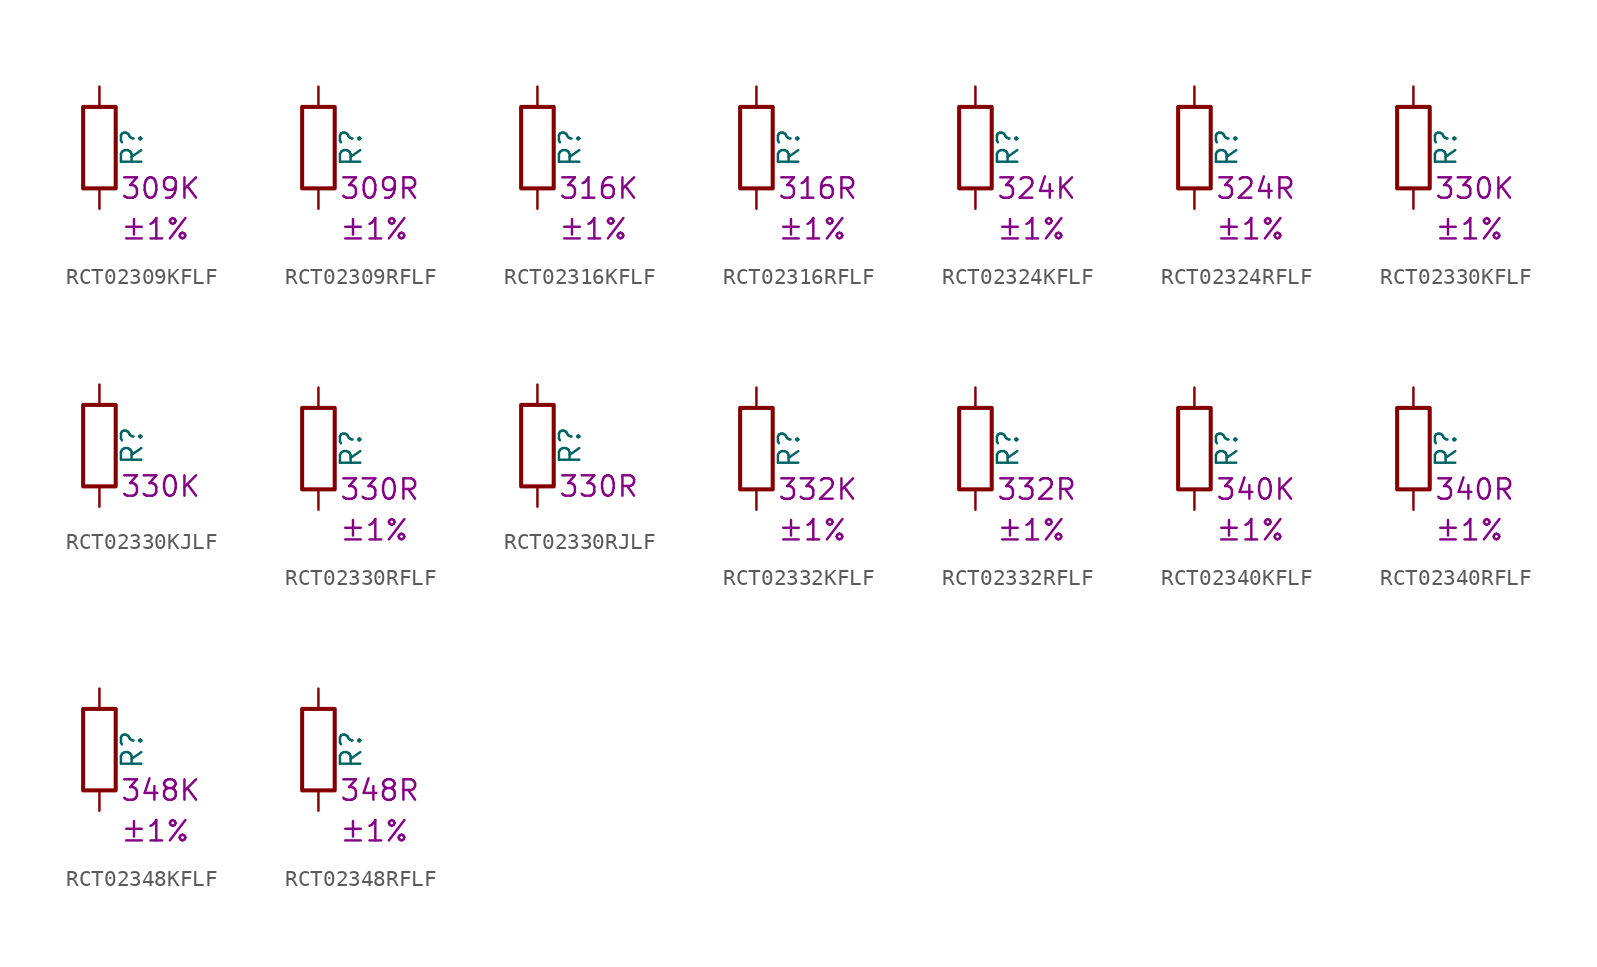
<source format=kicad_sym>
(kicad_symbol_lib
  (version 20220914)
  (generator kicad_symbol_editor)
  (symbol "RCT02309KFLF"
    (pin_numbers hide)
    (pin_names
      (offset 0))
    (property "Reference" "R"
      (at 2.032 0 90)
      (effects (font (size 1.27 1.27))))
    (property "Resistance" "309K"
      (at 1.27 -2.54 0)
      (effects (font (size 1.27 1.27)) (justify left)))
    (property "Tolerance" "±1%"
      (at 1.27 -5.08 0)
      (effects (font (size 1.27 1.27)) (justify left)))
    (symbol "RCT02309KFLF_0_1"
      (rectangle (start -1.016 -2.54) (end 1.016 2.54) (stroke (width 0.254) (type default)) (fill (type none))))
    (symbol "RCT02309KFLF_1_1"
      (pin passive line (at 0 3.81 270) (length 1.27) (name "~" (effects (font (size 1.27 1.27)))) (number "1" (effects (font (size 1.27 1.27)))))
      (pin passive line (at 0 -3.81 90) (length 1.27) (name "~" (effects (font (size 1.27 1.27)))) (number "2" (effects (font (size 1.27 1.27)))))))
  (symbol "RCT02309RFLF"
    (pin_numbers hide)
    (pin_names
      (offset 0))
    (property "Reference" "R"
      (at 2.032 0 90)
      (effects (font (size 1.27 1.27))))
    (property "Resistance" "309R"
      (at 1.27 -2.54 0)
      (effects (font (size 1.27 1.27)) (justify left)))
    (property "Tolerance" "±1%"
      (at 1.27 -5.08 0)
      (effects (font (size 1.27 1.27)) (justify left)))
    (symbol "RCT02309RFLF_0_1"
      (rectangle (start -1.016 -2.54) (end 1.016 2.54) (stroke (width 0.254) (type default)) (fill (type none))))
    (symbol "RCT02309RFLF_1_1"
      (pin passive line (at 0 3.81 270) (length 1.27) (name "~" (effects (font (size 1.27 1.27)))) (number "1" (effects (font (size 1.27 1.27)))))
      (pin passive line (at 0 -3.81 90) (length 1.27) (name "~" (effects (font (size 1.27 1.27)))) (number "2" (effects (font (size 1.27 1.27)))))))
  (symbol "RCT02316KFLF"
    (pin_numbers hide)
    (pin_names
      (offset 0))
    (property "Reference" "R"
      (at 2.032 0 90)
      (effects (font (size 1.27 1.27))))
    (property "Resistance" "316K"
      (at 1.27 -2.54 0)
      (effects (font (size 1.27 1.27)) (justify left)))
    (property "Tolerance" "±1%"
      (at 1.27 -5.08 0)
      (effects (font (size 1.27 1.27)) (justify left)))
    (symbol "RCT02316KFLF_0_1"
      (rectangle (start -1.016 -2.54) (end 1.016 2.54) (stroke (width 0.254) (type default)) (fill (type none))))
    (symbol "RCT02316KFLF_1_1"
      (pin passive line (at 0 3.81 270) (length 1.27) (name "~" (effects (font (size 1.27 1.27)))) (number "1" (effects (font (size 1.27 1.27)))))
      (pin passive line (at 0 -3.81 90) (length 1.27) (name "~" (effects (font (size 1.27 1.27)))) (number "2" (effects (font (size 1.27 1.27)))))))
  (symbol "RCT02316RFLF"
    (pin_numbers hide)
    (pin_names
      (offset 0))
    (property "Reference" "R"
      (at 2.032 0 90)
      (effects (font (size 1.27 1.27))))
    (property "Resistance" "316R"
      (at 1.27 -2.54 0)
      (effects (font (size 1.27 1.27)) (justify left)))
    (property "Tolerance" "±1%"
      (at 1.27 -5.08 0)
      (effects (font (size 1.27 1.27)) (justify left)))
    (symbol "RCT02316RFLF_0_1"
      (rectangle (start -1.016 -2.54) (end 1.016 2.54) (stroke (width 0.254) (type default)) (fill (type none))))
    (symbol "RCT02316RFLF_1_1"
      (pin passive line (at 0 3.81 270) (length 1.27) (name "~" (effects (font (size 1.27 1.27)))) (number "1" (effects (font (size 1.27 1.27)))))
      (pin passive line (at 0 -3.81 90) (length 1.27) (name "~" (effects (font (size 1.27 1.27)))) (number "2" (effects (font (size 1.27 1.27)))))))
  (symbol "RCT02324KFLF"
    (pin_numbers hide)
    (pin_names
      (offset 0))
    (property "Reference" "R"
      (at 2.032 0 90)
      (effects (font (size 1.27 1.27))))
    (property "Resistance" "324K"
      (at 1.27 -2.54 0)
      (effects (font (size 1.27 1.27)) (justify left)))
    (property "Tolerance" "±1%"
      (at 1.27 -5.08 0)
      (effects (font (size 1.27 1.27)) (justify left)))
    (symbol "RCT02324KFLF_0_1"
      (rectangle (start -1.016 -2.54) (end 1.016 2.54) (stroke (width 0.254) (type default)) (fill (type none))))
    (symbol "RCT02324KFLF_1_1"
      (pin passive line (at 0 3.81 270) (length 1.27) (name "~" (effects (font (size 1.27 1.27)))) (number "1" (effects (font (size 1.27 1.27)))))
      (pin passive line (at 0 -3.81 90) (length 1.27) (name "~" (effects (font (size 1.27 1.27)))) (number "2" (effects (font (size 1.27 1.27)))))))
  (symbol "RCT02324RFLF"
    (pin_numbers hide)
    (pin_names
      (offset 0))
    (property "Reference" "R"
      (at 2.032 0 90)
      (effects (font (size 1.27 1.27))))
    (property "Resistance" "324R"
      (at 1.27 -2.54 0)
      (effects (font (size 1.27 1.27)) (justify left)))
    (property "Tolerance" "±1%"
      (at 1.27 -5.08 0)
      (effects (font (size 1.27 1.27)) (justify left)))
    (symbol "RCT02324RFLF_0_1"
      (rectangle (start -1.016 -2.54) (end 1.016 2.54) (stroke (width 0.254) (type default)) (fill (type none))))
    (symbol "RCT02324RFLF_1_1"
      (pin passive line (at 0 3.81 270) (length 1.27) (name "~" (effects (font (size 1.27 1.27)))) (number "1" (effects (font (size 1.27 1.27)))))
      (pin passive line (at 0 -3.81 90) (length 1.27) (name "~" (effects (font (size 1.27 1.27)))) (number "2" (effects (font (size 1.27 1.27)))))))
  (symbol "RCT02330KFLF"
    (pin_numbers hide)
    (pin_names
      (offset 0))
    (property "Reference" "R"
      (at 2.032 0 90)
      (effects (font (size 1.27 1.27))))
    (property "Resistance" "330K"
      (at 1.27 -2.54 0)
      (effects (font (size 1.27 1.27)) (justify left)))
    (property "Tolerance" "±1%"
      (at 1.27 -5.08 0)
      (effects (font (size 1.27 1.27)) (justify left)))
    (symbol "RCT02330KFLF_0_1"
      (rectangle (start -1.016 -2.54) (end 1.016 2.54) (stroke (width 0.254) (type default)) (fill (type none))))
    (symbol "RCT02330KFLF_1_1"
      (pin passive line (at 0 3.81 270) (length 1.27) (name "~" (effects (font (size 1.27 1.27)))) (number "1" (effects (font (size 1.27 1.27)))))
      (pin passive line (at 0 -3.81 90) (length 1.27) (name "~" (effects (font (size 1.27 1.27)))) (number "2" (effects (font (size 1.27 1.27)))))))
  (symbol "RCT02330KJLF"
    (pin_numbers hide)
    (pin_names
      (offset 0))
    (property "Reference" "R"
      (at 2.032 0 90)
      (effects (font (size 1.27 1.27))))
    (property "Resistance" "330K"
      (at 1.27 -2.54 0)
      (effects (font (size 1.27 1.27)) (justify left)))
    (symbol "RCT02330KJLF_0_1"
      (rectangle (start -1.016 -2.54) (end 1.016 2.54) (stroke (width 0.254) (type default)) (fill (type none))))
    (symbol "RCT02330KJLF_1_1"
      (pin passive line (at 0 3.81 270) (length 1.27) (name "~" (effects (font (size 1.27 1.27)))) (number "1" (effects (font (size 1.27 1.27)))))
      (pin passive line (at 0 -3.81 90) (length 1.27) (name "~" (effects (font (size 1.27 1.27)))) (number "2" (effects (font (size 1.27 1.27)))))))
  (symbol "RCT02330RFLF"
    (pin_numbers hide)
    (pin_names
      (offset 0))
    (property "Reference" "R"
      (at 2.032 0 90)
      (effects (font (size 1.27 1.27))))
    (property "Resistance" "330R"
      (at 1.27 -2.54 0)
      (effects (font (size 1.27 1.27)) (justify left)))
    (property "Tolerance" "±1%"
      (at 1.27 -5.08 0)
      (effects (font (size 1.27 1.27)) (justify left)))
    (symbol "RCT02330RFLF_0_1"
      (rectangle (start -1.016 -2.54) (end 1.016 2.54) (stroke (width 0.254) (type default)) (fill (type none))))
    (symbol "RCT02330RFLF_1_1"
      (pin passive line (at 0 3.81 270) (length 1.27) (name "~" (effects (font (size 1.27 1.27)))) (number "1" (effects (font (size 1.27 1.27)))))
      (pin passive line (at 0 -3.81 90) (length 1.27) (name "~" (effects (font (size 1.27 1.27)))) (number "2" (effects (font (size 1.27 1.27)))))))
  (symbol "RCT02330RJLF"
    (pin_numbers hide)
    (pin_names
      (offset 0))
    (property "Reference" "R"
      (at 2.032 0 90)
      (effects (font (size 1.27 1.27))))
    (property "Resistance" "330R"
      (at 1.27 -2.54 0)
      (effects (font (size 1.27 1.27)) (justify left)))
    (symbol "RCT02330RJLF_0_1"
      (rectangle (start -1.016 -2.54) (end 1.016 2.54) (stroke (width 0.254) (type default)) (fill (type none))))
    (symbol "RCT02330RJLF_1_1"
      (pin passive line (at 0 3.81 270) (length 1.27) (name "~" (effects (font (size 1.27 1.27)))) (number "1" (effects (font (size 1.27 1.27)))))
      (pin passive line (at 0 -3.81 90) (length 1.27) (name "~" (effects (font (size 1.27 1.27)))) (number "2" (effects (font (size 1.27 1.27)))))))
  (symbol "RCT02332KFLF"
    (pin_numbers hide)
    (pin_names
      (offset 0))
    (property "Reference" "R"
      (at 2.032 0 90)
      (effects (font (size 1.27 1.27))))
    (property "Resistance" "332K"
      (at 1.27 -2.54 0)
      (effects (font (size 1.27 1.27)) (justify left)))
    (property "Tolerance" "±1%"
      (at 1.27 -5.08 0)
      (effects (font (size 1.27 1.27)) (justify left)))
    (symbol "RCT02332KFLF_0_1"
      (rectangle (start -1.016 -2.54) (end 1.016 2.54) (stroke (width 0.254) (type default)) (fill (type none))))
    (symbol "RCT02332KFLF_1_1"
      (pin passive line (at 0 3.81 270) (length 1.27) (name "~" (effects (font (size 1.27 1.27)))) (number "1" (effects (font (size 1.27 1.27)))))
      (pin passive line (at 0 -3.81 90) (length 1.27) (name "~" (effects (font (size 1.27 1.27)))) (number "2" (effects (font (size 1.27 1.27)))))))
  (symbol "RCT02332RFLF"
    (pin_numbers hide)
    (pin_names
      (offset 0))
    (property "Reference" "R"
      (at 2.032 0 90)
      (effects (font (size 1.27 1.27))))
    (property "Resistance" "332R"
      (at 1.27 -2.54 0)
      (effects (font (size 1.27 1.27)) (justify left)))
    (property "Tolerance" "±1%"
      (at 1.27 -5.08 0)
      (effects (font (size 1.27 1.27)) (justify left)))
    (symbol "RCT02332RFLF_0_1"
      (rectangle (start -1.016 -2.54) (end 1.016 2.54) (stroke (width 0.254) (type default)) (fill (type none))))
    (symbol "RCT02332RFLF_1_1"
      (pin passive line (at 0 3.81 270) (length 1.27) (name "~" (effects (font (size 1.27 1.27)))) (number "1" (effects (font (size 1.27 1.27)))))
      (pin passive line (at 0 -3.81 90) (length 1.27) (name "~" (effects (font (size 1.27 1.27)))) (number "2" (effects (font (size 1.27 1.27)))))))
  (symbol "RCT02340KFLF"
    (pin_numbers hide)
    (pin_names
      (offset 0))
    (property "Reference" "R"
      (at 2.032 0 90)
      (effects (font (size 1.27 1.27))))
    (property "Resistance" "340K"
      (at 1.27 -2.54 0)
      (effects (font (size 1.27 1.27)) (justify left)))
    (property "Tolerance" "±1%"
      (at 1.27 -5.08 0)
      (effects (font (size 1.27 1.27)) (justify left)))
    (symbol "RCT02340KFLF_0_1"
      (rectangle (start -1.016 -2.54) (end 1.016 2.54) (stroke (width 0.254) (type default)) (fill (type none))))
    (symbol "RCT02340KFLF_1_1"
      (pin passive line (at 0 3.81 270) (length 1.27) (name "~" (effects (font (size 1.27 1.27)))) (number "1" (effects (font (size 1.27 1.27)))))
      (pin passive line (at 0 -3.81 90) (length 1.27) (name "~" (effects (font (size 1.27 1.27)))) (number "2" (effects (font (size 1.27 1.27)))))))
  (symbol "RCT02340RFLF"
    (pin_numbers hide)
    (pin_names
      (offset 0))
    (property "Reference" "R"
      (at 2.032 0 90)
      (effects (font (size 1.27 1.27))))
    (property "Resistance" "340R"
      (at 1.27 -2.54 0)
      (effects (font (size 1.27 1.27)) (justify left)))
    (property "Tolerance" "±1%"
      (at 1.27 -5.08 0)
      (effects (font (size 1.27 1.27)) (justify left)))
    (symbol "RCT02340RFLF_0_1"
      (rectangle (start -1.016 -2.54) (end 1.016 2.54) (stroke (width 0.254) (type default)) (fill (type none))))
    (symbol "RCT02340RFLF_1_1"
      (pin passive line (at 0 3.81 270) (length 1.27) (name "~" (effects (font (size 1.27 1.27)))) (number "1" (effects (font (size 1.27 1.27)))))
      (pin passive line (at 0 -3.81 90) (length 1.27) (name "~" (effects (font (size 1.27 1.27)))) (number "2" (effects (font (size 1.27 1.27)))))))
  (symbol "RCT02348KFLF"
    (pin_numbers hide)
    (pin_names
      (offset 0))
    (property "Reference" "R"
      (at 2.032 0 90)
      (effects (font (size 1.27 1.27))))
    (property "Resistance" "348K"
      (at 1.27 -2.54 0)
      (effects (font (size 1.27 1.27)) (justify left)))
    (property "Tolerance" "±1%"
      (at 1.27 -5.08 0)
      (effects (font (size 1.27 1.27)) (justify left)))
    (symbol "RCT02348KFLF_0_1"
      (rectangle (start -1.016 -2.54) (end 1.016 2.54) (stroke (width 0.254) (type default)) (fill (type none))))
    (symbol "RCT02348KFLF_1_1"
      (pin passive line (at 0 3.81 270) (length 1.27) (name "~" (effects (font (size 1.27 1.27)))) (number "1" (effects (font (size 1.27 1.27)))))
      (pin passive line (at 0 -3.81 90) (length 1.27) (name "~" (effects (font (size 1.27 1.27)))) (number "2" (effects (font (size 1.27 1.27)))))))
  (symbol "RCT02348RFLF"
    (pin_numbers hide)
    (pin_names
      (offset 0))
    (property "Reference" "R"
      (at 2.032 0 90)
      (effects (font (size 1.27 1.27))))
    (property "Resistance" "348R"
      (at 1.27 -2.54 0)
      (effects (font (size 1.27 1.27)) (justify left)))
    (property "Tolerance" "±1%"
      (at 1.27 -5.08 0)
      (effects (font (size 1.27 1.27)) (justify left)))
    (symbol "RCT02348RFLF_0_1"
      (rectangle (start -1.016 -2.54) (end 1.016 2.54) (stroke (width 0.254) (type default)) (fill (type none))))
    (symbol "RCT02348RFLF_1_1"
      (pin passive line (at 0 3.81 270) (length 1.27) (name "~" (effects (font (size 1.27 1.27)))) (number "1" (effects (font (size 1.27 1.27)))))
      (pin passive line (at 0 -3.81 90) (length 1.27) (name "~" (effects (font (size 1.27 1.27)))) (number "2" (effects (font (size 1.27 1.27))))))))
</source>
